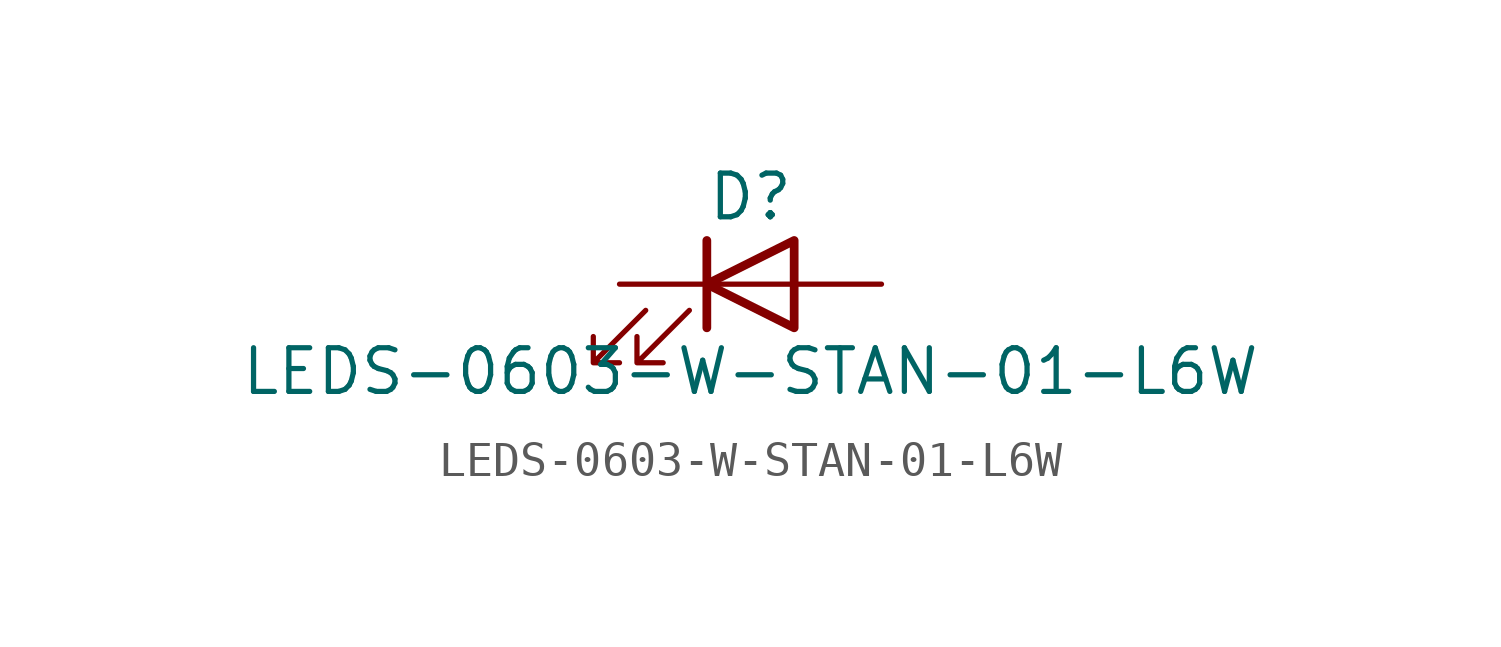
<source format=kicad_sym>
(kicad_symbol_lib
  (version 20211014)
  (generator kicad_symbol_editor)
  (symbol "LEDS-0603-W-STAN-01-L6W"
    (pin_numbers hide)
    (pin_names
      (offset 1.016) hide)
    (property "Reference" "D"
      (at 0 2.54 0)
      (effects (font (size 1.27 1.27))))
    (property "Value" "LEDS-0603-W-STAN-01-L6W"
      (at 0 -2.54 0)
      (effects (font (size 1.27 1.27))))
    (symbol "LEDS-0603-W-STAN-01-L6W_0_1"
      (polyline (pts (xy -1.27 -1.27) (xy -1.27 1.27)) (stroke (width 0.254) (type default) (color 0 0 0 0)) (fill (type none)))
      (polyline (pts (xy -1.27 0) (xy 1.27 0)) (stroke (width 0) (type default) (color 0 0 0 0)) (fill (type none)))
      (polyline (pts (xy 1.27 -1.27) (xy 1.27 1.27) (xy -1.27 0) (xy 1.27 -1.27)) (stroke (width 0.254) (type default) (color 0 0 0 0)) (fill (type none)))
      (polyline (pts (xy -3.048 -0.762) (xy -4.572 -2.286) (xy -3.81 -2.286) (xy -4.572 -2.286) (xy -4.572 -1.524)) (stroke (width 0) (type default) (color 0 0 0 0)) (fill (type none)))
      (polyline (pts (xy -1.778 -0.762) (xy -3.302 -2.286) (xy -2.54 -2.286) (xy -3.302 -2.286) (xy -3.302 -1.524)) (stroke (width 0) (type default) (color 0 0 0 0)) (fill (type none))))
    (symbol "LEDS-0603-W-STAN-01-L6W_1_1"
      (pin passive line (at -3.81 0 0) (length 2.54) (name "K" (effects (font (size 1.27 1.27)))) (number "1" (effects (font (size 1.27 1.27)))))
      (pin passive line (at 3.81 0 180) (length 2.54) (name "A" (effects (font (size 1.27 1.27)))) (number "2" (effects (font (size 1.27 1.27))))))))
</source>
